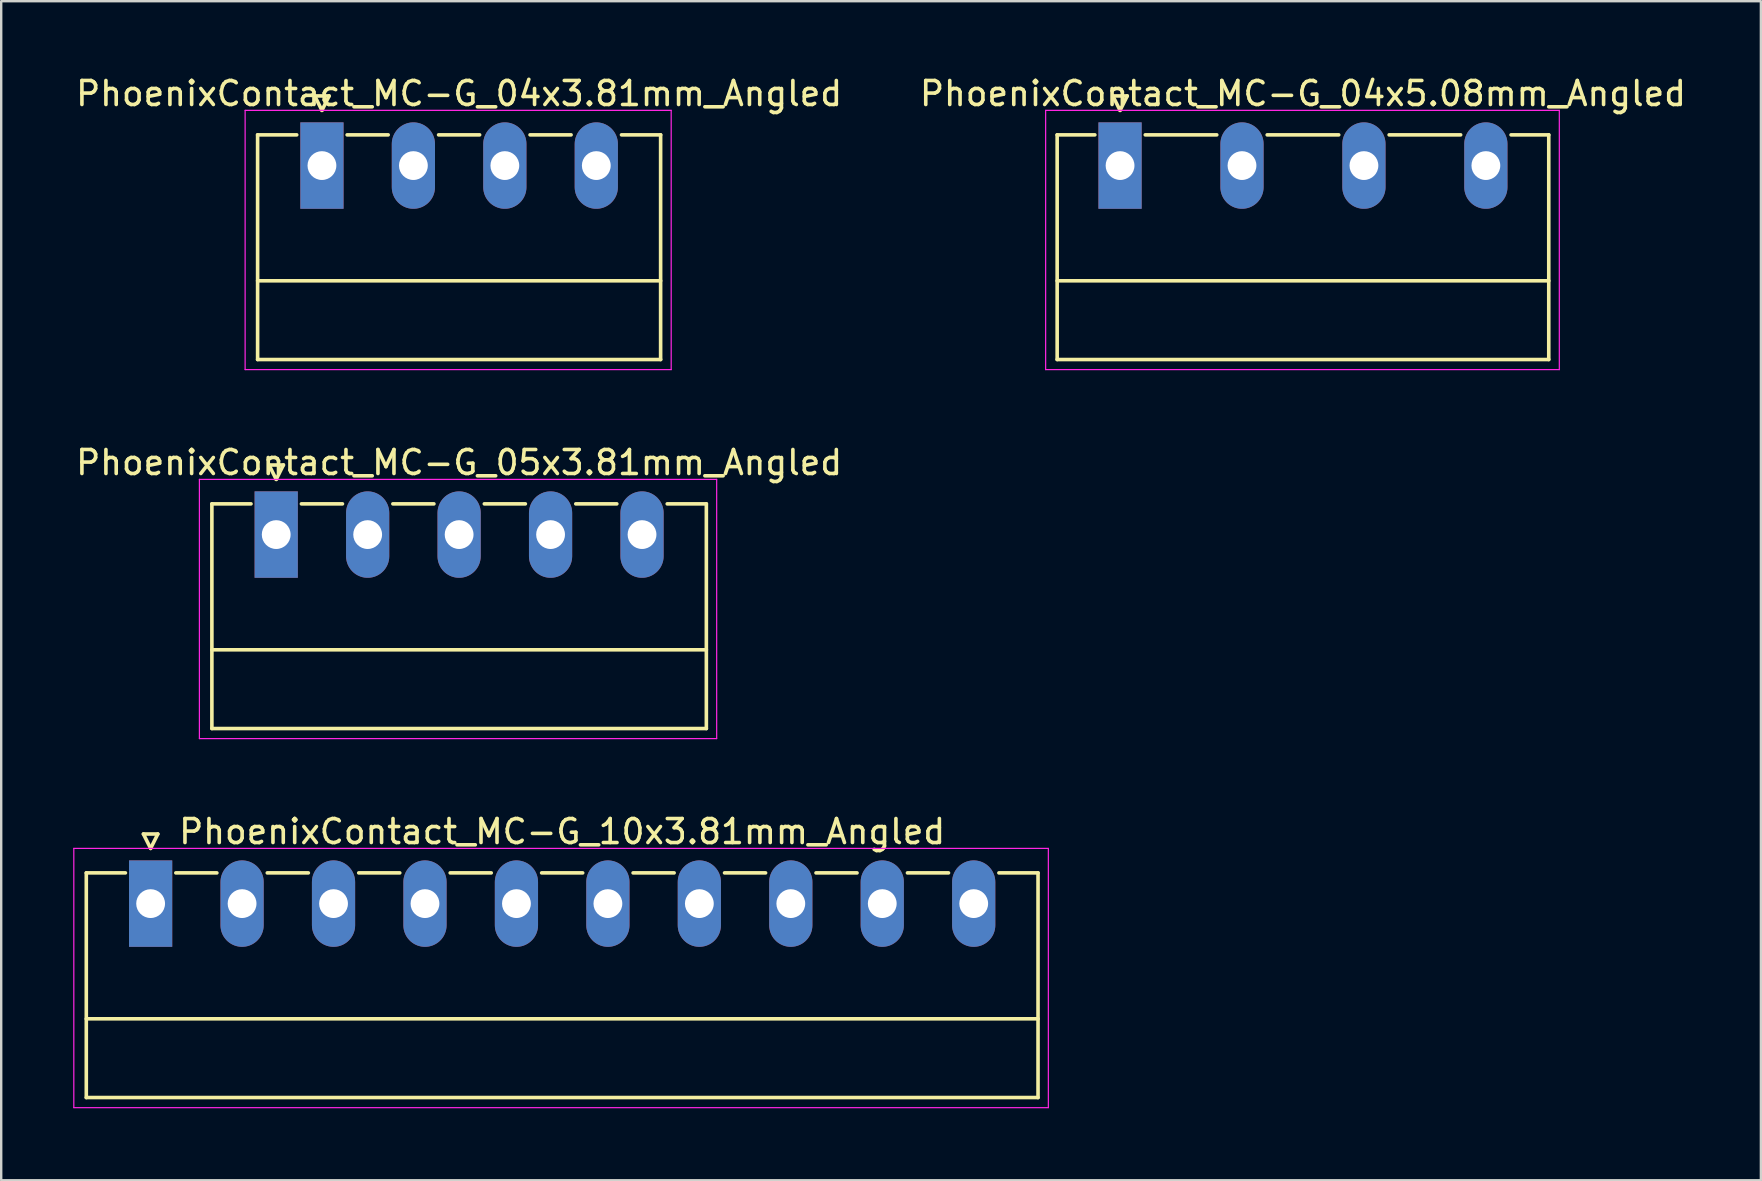
<source format=kicad_pcb>
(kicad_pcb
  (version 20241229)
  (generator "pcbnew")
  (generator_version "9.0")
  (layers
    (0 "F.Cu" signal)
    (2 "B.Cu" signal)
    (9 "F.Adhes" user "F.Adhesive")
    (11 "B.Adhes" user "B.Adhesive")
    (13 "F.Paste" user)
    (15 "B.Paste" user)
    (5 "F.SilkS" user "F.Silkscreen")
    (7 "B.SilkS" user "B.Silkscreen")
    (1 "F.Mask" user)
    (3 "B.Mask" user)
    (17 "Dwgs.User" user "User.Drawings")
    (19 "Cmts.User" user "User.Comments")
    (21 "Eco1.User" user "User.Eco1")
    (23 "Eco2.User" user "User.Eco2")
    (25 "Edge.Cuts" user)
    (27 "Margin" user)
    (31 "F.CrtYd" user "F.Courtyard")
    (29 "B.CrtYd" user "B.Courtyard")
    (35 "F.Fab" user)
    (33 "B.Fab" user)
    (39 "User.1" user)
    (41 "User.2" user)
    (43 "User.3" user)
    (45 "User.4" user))
  (footprint "PhoenixContact_MC-G_04x5.08mm_Angled"
    (layer "F.Cu")
    (at 43.612 3.848)
    (property "Reference" "PhoenixContact_MC-G_04x5.08mm_Angled" (at 7.62 -3 0) (layer "F.SilkS") (effects (font (size 1 1) (thickness 0.15))))
    (attr through_hole)
    (fp_line (start -2.62 -1.28) (end -2.62 8.08) (stroke (width 0.15) (type solid)) (layer "F.SilkS"))
    (fp_line (start -2.62 -1.28) (end -1.05 -1.28) (stroke (width 0.15) (type solid)) (layer "F.SilkS"))
    (fp_line (start -2.62 4.8) (end 17.86 4.8) (stroke (width 0.15) (type solid)) (layer "F.SilkS"))
    (fp_line (start -2.62 8.08) (end 17.86 8.08) (stroke (width 0.15) (type solid)) (layer "F.SilkS"))
    (fp_line (start -0.3 -2.9) (end 0 -2.3) (stroke (width 0.15) (type solid)) (layer "F.SilkS"))
    (fp_line (start 0 -2.3) (end 0.3 -2.9) (stroke (width 0.15) (type solid)) (layer "F.SilkS"))
    (fp_line (start 0.3 -2.9) (end -0.3 -2.9) (stroke (width 0.15) (type solid)) (layer "F.SilkS"))
    (fp_line (start 1.05 -1.28) (end 4.03 -1.28) (stroke (width 0.15) (type solid)) (layer "F.SilkS"))
    (fp_line (start 6.13 -1.28) (end 9.11 -1.28) (stroke (width 0.15) (type solid)) (layer "F.SilkS"))
    (fp_line (start 11.21 -1.28) (end 14.19 -1.28) (stroke (width 0.15) (type solid)) (layer "F.SilkS"))
    (fp_line (start 17.86 -1.28) (end 16.29 -1.28) (stroke (width 0.15) (type solid)) (layer "F.SilkS"))
    (fp_line (start 17.86 8.08) (end 17.86 -1.28) (stroke (width 0.15) (type solid)) (layer "F.SilkS"))
    (fp_line (start -3.1 -2.3) (end -3.1 8.5) (stroke (width 0.05) (type solid)) (layer "F.CrtYd"))
    (fp_line (start -3.1 8.5) (end 18.3 8.5) (stroke (width 0.05) (type solid)) (layer "F.CrtYd"))
    (fp_line (start 18.3 -2.3) (end -3.1 -2.3) (stroke (width 0.05) (type solid)) (layer "F.CrtYd"))
    (fp_line (start 18.3 8.5) (end 18.3 -2.3) (stroke (width 0.05) (type solid)) (layer "F.CrtYd"))
    (pad "1" thru_hole rect (at 0 0) (size 1.8 3.6) (drill 1.2) (layers "*.Cu" "*.Mask"))
    (pad "2" thru_hole oval (at 5.08 0) (size 1.8 3.6) (drill 1.2) (layers "*.Cu" "*.Mask"))
    (pad "3" thru_hole oval (at 10.16 0) (size 1.8 3.6) (drill 1.2) (layers "*.Cu" "*.Mask"))
    (pad "4" thru_hole oval (at 15.24 0) (size 1.8 3.6) (drill 1.2) (layers "*.Cu" "*.Mask")))
  (footprint "PhoenixContact_MC-G_10x3.81mm_Angled"
    (layer "F.Cu")
    (at 3.225 34.595)
    (property "Reference" "PhoenixContact_MC-G_10x3.81mm_Angled" (at 17.145 -3 0) (layer "F.SilkS") (effects (font (size 1 1) (thickness 0.15))))
    (attr through_hole)
    (fp_line (start -2.68 -1.28) (end -2.68 8.08) (stroke (width 0.15) (type solid)) (layer "F.SilkS"))
    (fp_line (start -2.68 -1.28) (end -1.05 -1.28) (stroke (width 0.15) (type solid)) (layer "F.SilkS"))
    (fp_line (start -2.68 4.8) (end 36.97 4.8) (stroke (width 0.15) (type solid)) (layer "F.SilkS"))
    (fp_line (start -2.68 8.08) (end 36.97 8.08) (stroke (width 0.15) (type solid)) (layer "F.SilkS"))
    (fp_line (start -0.3 -2.9) (end 0 -2.3) (stroke (width 0.15) (type solid)) (layer "F.SilkS"))
    (fp_line (start 0 -2.3) (end 0.3 -2.9) (stroke (width 0.15) (type solid)) (layer "F.SilkS"))
    (fp_line (start 0.3 -2.9) (end -0.3 -2.9) (stroke (width 0.15) (type solid)) (layer "F.SilkS"))
    (fp_line (start 1.05 -1.28) (end 2.76 -1.28) (stroke (width 0.15) (type solid)) (layer "F.SilkS"))
    (fp_line (start 4.86 -1.28) (end 6.57 -1.28) (stroke (width 0.15) (type solid)) (layer "F.SilkS"))
    (fp_line (start 8.67 -1.28) (end 10.38 -1.28) (stroke (width 0.15) (type solid)) (layer "F.SilkS"))
    (fp_line (start 12.48 -1.28) (end 14.19 -1.28) (stroke (width 0.15) (type solid)) (layer "F.SilkS"))
    (fp_line (start 16.29 -1.28) (end 18 -1.28) (stroke (width 0.15) (type solid)) (layer "F.SilkS"))
    (fp_line (start 20.1 -1.28) (end 21.81 -1.28) (stroke (width 0.15) (type solid)) (layer "F.SilkS"))
    (fp_line (start 23.91 -1.28) (end 25.62 -1.28) (stroke (width 0.15) (type solid)) (layer "F.SilkS"))
    (fp_line (start 27.72 -1.28) (end 29.43 -1.28) (stroke (width 0.15) (type solid)) (layer "F.SilkS"))
    (fp_line (start 31.53 -1.28) (end 33.24 -1.28) (stroke (width 0.15) (type solid)) (layer "F.SilkS"))
    (fp_line (start 36.97 -1.28) (end 35.34 -1.28) (stroke (width 0.15) (type solid)) (layer "F.SilkS"))
    (fp_line (start 36.97 8.08) (end 36.97 -1.28) (stroke (width 0.15) (type solid)) (layer "F.SilkS"))
    (fp_line (start -3.2 -2.3) (end -3.2 8.5) (stroke (width 0.05) (type solid)) (layer "F.CrtYd"))
    (fp_line (start -3.2 8.5) (end 37.4 8.5) (stroke (width 0.05) (type solid)) (layer "F.CrtYd"))
    (fp_line (start 37.4 -2.3) (end -3.2 -2.3) (stroke (width 0.05) (type solid)) (layer "F.CrtYd"))
    (fp_line (start 37.4 8.5) (end 37.4 -2.3) (stroke (width 0.05) (type solid)) (layer "F.CrtYd"))
    (pad "1" thru_hole rect (at 0 0) (size 1.8 3.6) (drill 1.2) (layers "*.Cu" "*.Mask"))
    (pad "2" thru_hole oval (at 3.81 0) (size 1.8 3.6) (drill 1.2) (layers "*.Cu" "*.Mask"))
    (pad "3" thru_hole oval (at 7.62 0) (size 1.8 3.6) (drill 1.2) (layers "*.Cu" "*.Mask"))
    (pad "4" thru_hole oval (at 11.43 0) (size 1.8 3.6) (drill 1.2) (layers "*.Cu" "*.Mask"))
    (pad "5" thru_hole oval (at 15.24 0) (size 1.8 3.6) (drill 1.2) (layers "*.Cu" "*.Mask"))
    (pad "6" thru_hole oval (at 19.05 0) (size 1.8 3.6) (drill 1.2) (layers "*.Cu" "*.Mask"))
    (pad "7" thru_hole oval (at 22.86 0) (size 1.8 3.6) (drill 1.2) (layers "*.Cu" "*.Mask"))
    (pad "8" thru_hole oval (at 26.67 0) (size 1.8 3.6) (drill 1.2) (layers "*.Cu" "*.Mask"))
    (pad "9" thru_hole oval (at 30.48 0) (size 1.8 3.6) (drill 1.2) (layers "*.Cu" "*.Mask"))
    (pad "10" thru_hole oval (at 34.29 0) (size 1.8 3.6) (drill 1.2) (layers "*.Cu" "*.Mask")))
  (footprint "PhoenixContact_MC-G_05x3.81mm_Angled"
    (layer "F.Cu")
    (at 8.457 19.221)
    (property "Reference" "PhoenixContact_MC-G_05x3.81mm_Angled" (at 7.62 -3 0) (layer "F.SilkS") (effects (font (size 1 1) (thickness 0.15))))
    (attr through_hole)
    (fp_line (start -2.68 -1.28) (end -2.68 8.08) (stroke (width 0.15) (type solid)) (layer "F.SilkS"))
    (fp_line (start -2.68 -1.28) (end -1.05 -1.28) (stroke (width 0.15) (type solid)) (layer "F.SilkS"))
    (fp_line (start -2.68 4.8) (end 17.92 4.8) (stroke (width 0.15) (type solid)) (layer "F.SilkS"))
    (fp_line (start -2.68 8.08) (end 17.92 8.08) (stroke (width 0.15) (type solid)) (layer "F.SilkS"))
    (fp_line (start -0.3 -2.9) (end 0 -2.3) (stroke (width 0.15) (type solid)) (layer "F.SilkS"))
    (fp_line (start 0 -2.3) (end 0.3 -2.9) (stroke (width 0.15) (type solid)) (layer "F.SilkS"))
    (fp_line (start 0.3 -2.9) (end -0.3 -2.9) (stroke (width 0.15) (type solid)) (layer "F.SilkS"))
    (fp_line (start 1.05 -1.28) (end 2.76 -1.28) (stroke (width 0.15) (type solid)) (layer "F.SilkS"))
    (fp_line (start 4.86 -1.28) (end 6.57 -1.28) (stroke (width 0.15) (type solid)) (layer "F.SilkS"))
    (fp_line (start 8.67 -1.28) (end 10.38 -1.28) (stroke (width 0.15) (type solid)) (layer "F.SilkS"))
    (fp_line (start 12.48 -1.28) (end 14.19 -1.28) (stroke (width 0.15) (type solid)) (layer "F.SilkS"))
    (fp_line (start 17.92 -1.28) (end 16.29 -1.28) (stroke (width 0.15) (type solid)) (layer "F.SilkS"))
    (fp_line (start 17.92 8.08) (end 17.92 -1.28) (stroke (width 0.15) (type solid)) (layer "F.SilkS"))
    (fp_line (start -3.2 -2.3) (end -3.2 8.5) (stroke (width 0.05) (type solid)) (layer "F.CrtYd"))
    (fp_line (start -3.2 8.5) (end 18.35 8.5) (stroke (width 0.05) (type solid)) (layer "F.CrtYd"))
    (fp_line (start 18.35 -2.3) (end -3.2 -2.3) (stroke (width 0.05) (type solid)) (layer "F.CrtYd"))
    (fp_line (start 18.35 8.5) (end 18.35 -2.3) (stroke (width 0.05) (type solid)) (layer "F.CrtYd"))
    (pad "1" thru_hole rect (at 0 0) (size 1.8 3.6) (drill 1.2) (layers "*.Cu" "*.Mask"))
    (pad "2" thru_hole oval (at 3.81 0) (size 1.8 3.6) (drill 1.2) (layers "*.Cu" "*.Mask"))
    (pad "3" thru_hole oval (at 7.62 0) (size 1.8 3.6) (drill 1.2) (layers "*.Cu" "*.Mask"))
    (pad "4" thru_hole oval (at 11.43 0) (size 1.8 3.6) (drill 1.2) (layers "*.Cu" "*.Mask"))
    (pad "5" thru_hole oval (at 15.24 0) (size 1.8 3.6) (drill 1.2) (layers "*.Cu" "*.Mask")))
  (footprint "PhoenixContact_MC-G_04x3.81mm_Angled"
    (layer "F.Cu")
    (at 10.362 3.848)
    (property "Reference" "PhoenixContact_MC-G_04x3.81mm_Angled" (at 5.715 -3 0) (layer "F.SilkS") (effects (font (size 1 1) (thickness 0.15))))
    (attr through_hole)
    (fp_line (start -2.68 -1.28) (end -2.68 8.08) (stroke (width 0.15) (type solid)) (layer "F.SilkS"))
    (fp_line (start -2.68 -1.28) (end -1.05 -1.28) (stroke (width 0.15) (type solid)) (layer "F.SilkS"))
    (fp_line (start -2.68 4.8) (end 14.11 4.8) (stroke (width 0.15) (type solid)) (layer "F.SilkS"))
    (fp_line (start -2.68 8.08) (end 14.11 8.08) (stroke (width 0.15) (type solid)) (layer "F.SilkS"))
    (fp_line (start -0.3 -2.9) (end 0 -2.3) (stroke (width 0.15) (type solid)) (layer "F.SilkS"))
    (fp_line (start 0 -2.3) (end 0.3 -2.9) (stroke (width 0.15) (type solid)) (layer "F.SilkS"))
    (fp_line (start 0.3 -2.9) (end -0.3 -2.9) (stroke (width 0.15) (type solid)) (layer "F.SilkS"))
    (fp_line (start 1.05 -1.28) (end 2.76 -1.28) (stroke (width 0.15) (type solid)) (layer "F.SilkS"))
    (fp_line (start 4.86 -1.28) (end 6.57 -1.28) (stroke (width 0.15) (type solid)) (layer "F.SilkS"))
    (fp_line (start 8.67 -1.28) (end 10.38 -1.28) (stroke (width 0.15) (type solid)) (layer "F.SilkS"))
    (fp_line (start 14.11 -1.28) (end 12.48 -1.28) (stroke (width 0.15) (type solid)) (layer "F.SilkS"))
    (fp_line (start 14.11 8.08) (end 14.11 -1.28) (stroke (width 0.15) (type solid)) (layer "F.SilkS"))
    (fp_line (start -3.2 -2.3) (end -3.2 8.5) (stroke (width 0.05) (type solid)) (layer "F.CrtYd"))
    (fp_line (start -3.2 8.5) (end 14.55 8.5) (stroke (width 0.05) (type solid)) (layer "F.CrtYd"))
    (fp_line (start 14.55 -2.3) (end -3.2 -2.3) (stroke (width 0.05) (type solid)) (layer "F.CrtYd"))
    (fp_line (start 14.55 8.5) (end 14.55 -2.3) (stroke (width 0.05) (type solid)) (layer "F.CrtYd"))
    (pad "1" thru_hole rect (at 0 0) (size 1.8 3.6) (drill 1.2) (layers "*.Cu" "*.Mask"))
    (pad "2" thru_hole oval (at 3.81 0) (size 1.8 3.6) (drill 1.2) (layers "*.Cu" "*.Mask"))
    (pad "3" thru_hole oval (at 7.62 0) (size 1.8 3.6) (drill 1.2) (layers "*.Cu" "*.Mask"))
    (pad "4" thru_hole oval (at 11.43 0) (size 1.8 3.6) (drill 1.2) (layers "*.Cu" "*.Mask")))
  (gr_rect
    (start -3 -3)
    (end 70.31 46.12)
    (stroke (width 0.1) (type default))
    (fill no)
    (layer "Edge.Cuts")))
</source>
